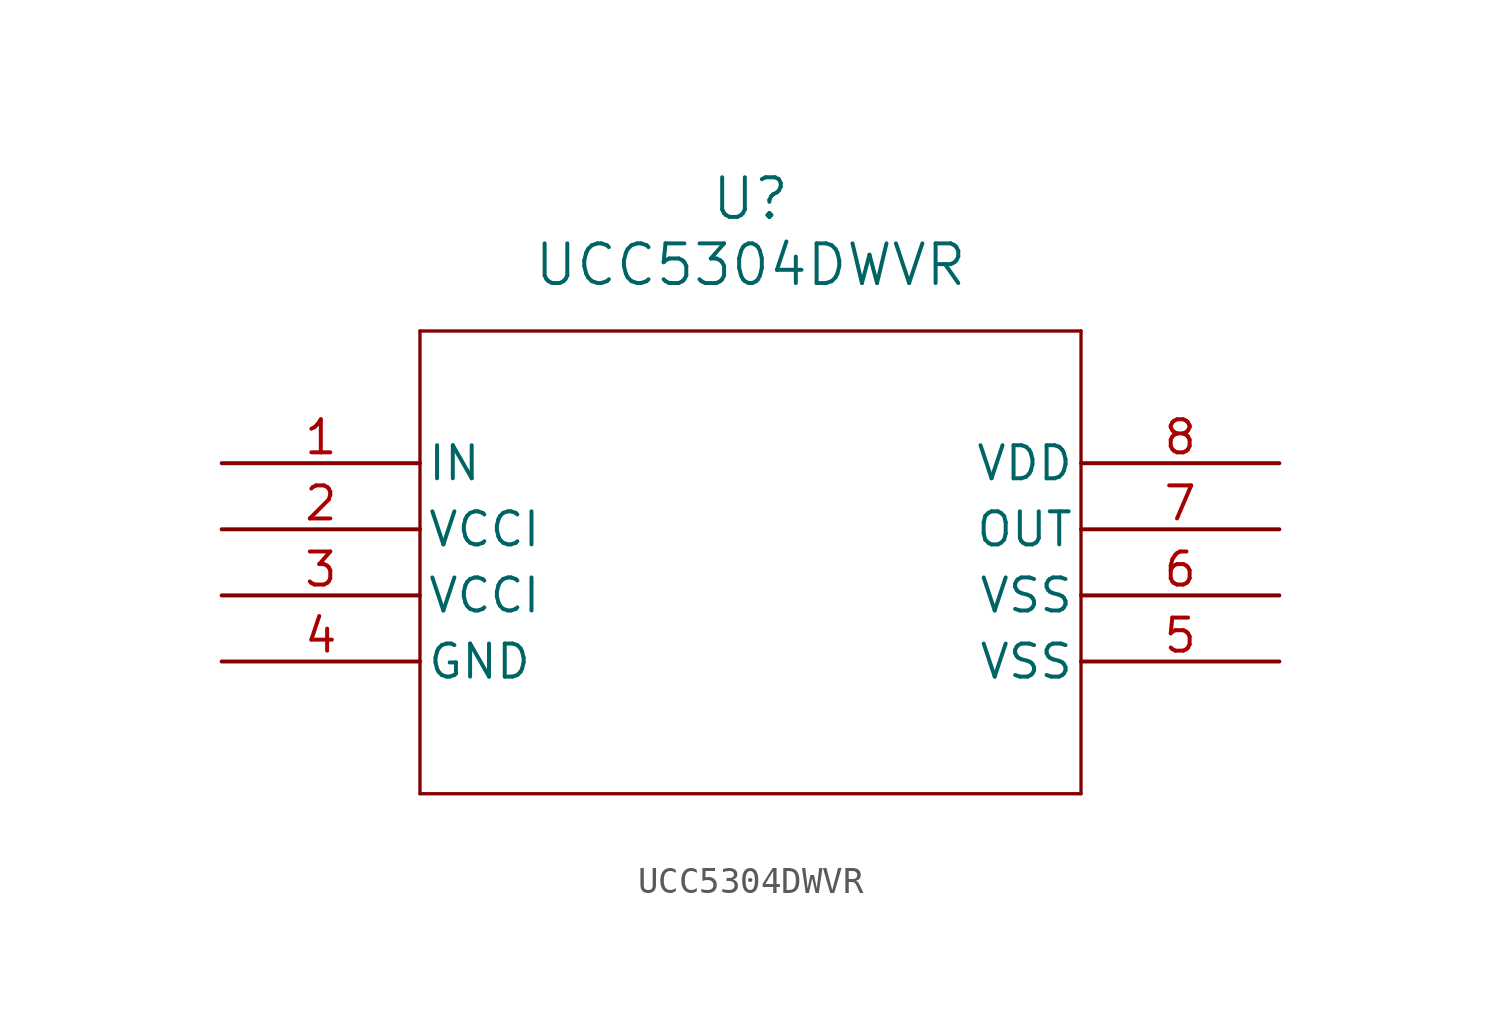
<source format=kicad_sym>
(kicad_symbol_lib
  (version 20211014)
  (generator kicad_symbol_editor)
  (symbol "UCC5304DWVR"
    (pin_names
      (offset 0.254))
    (property "Reference" "U"
      (at 20.32 10.16 0)
      (effects (font (size 1.524 1.524))))
    (property "Value" "UCC5304DWVR"
      (at 20.32 7.62 0)
      (effects (font (size 1.524 1.524))))
    (symbol "UCC5304DWVR_0_1"
      (polyline (pts (xy 7.62 5.08) (xy 7.62 -12.7)) (stroke (width 0.127) (type default) (color 0 0 0 0)) (fill (type none)))
      (polyline (pts (xy 7.62 -12.7) (xy 33.02 -12.7)) (stroke (width 0.127) (type default) (color 0 0 0 0)) (fill (type none)))
      (polyline (pts (xy 33.02 -12.7) (xy 33.02 5.08)) (stroke (width 0.127) (type default) (color 0 0 0 0)) (fill (type none)))
      (polyline (pts (xy 33.02 5.08) (xy 7.62 5.08)) (stroke (width 0.127) (type default) (color 0 0 0 0)) (fill (type none)))
      (pin input line (at 0 0 0) (length 7.62) (name "IN" (effects (font (size 1.27 1.27)))) (number "1" (effects (font (size 1.27 1.27)))))
      (pin power_in line (at 0 -2.54 0) (length 7.62) (name "VCCI" (effects (font (size 1.27 1.27)))) (number "2" (effects (font (size 1.27 1.27)))))
      (pin power_in line (at 0 -5.08 0) (length 7.62) (name "VCCI" (effects (font (size 1.27 1.27)))) (number "3" (effects (font (size 1.27 1.27)))))
      (pin power_out line (at 0 -7.62 0) (length 7.62) (name "GND" (effects (font (size 1.27 1.27)))) (number "4" (effects (font (size 1.27 1.27)))))
      (pin power_out line (at 40.64 -7.62 180) (length 7.62) (name "VSS" (effects (font (size 1.27 1.27)))) (number "5" (effects (font (size 1.27 1.27)))))
      (pin power_out line (at 40.64 -5.08 180) (length 7.62) (name "VSS" (effects (font (size 1.27 1.27)))) (number "6" (effects (font (size 1.27 1.27)))))
      (pin output line (at 40.64 -2.54 180) (length 7.62) (name "OUT" (effects (font (size 1.27 1.27)))) (number "7" (effects (font (size 1.27 1.27)))))
      (pin power_in line (at 40.64 0 180) (length 7.62) (name "VDD" (effects (font (size 1.27 1.27)))) (number "8" (effects (font (size 1.27 1.27))))))))
</source>
